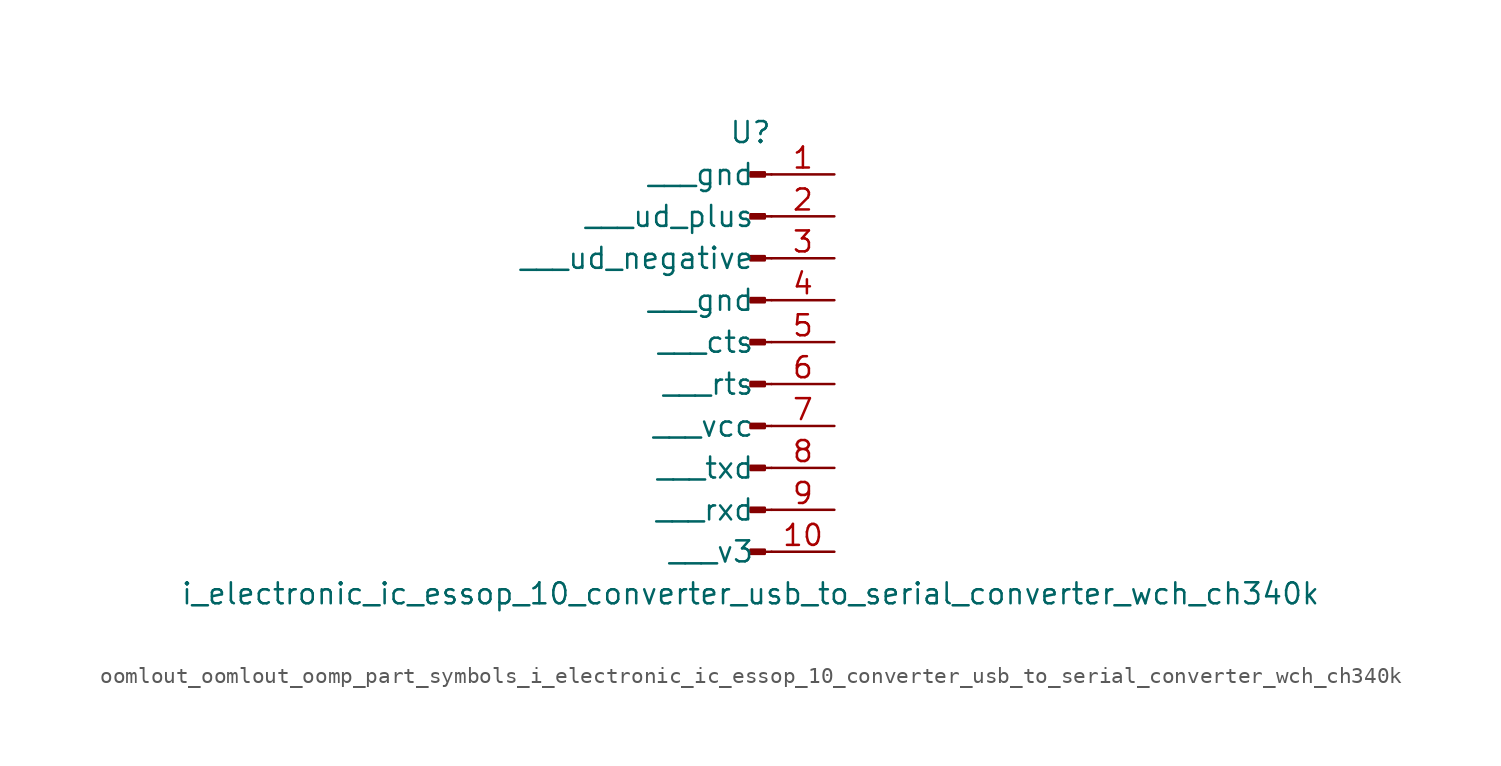
<source format=kicad_sym>
(kicad_symbol_lib
  (version 20220914)
  (generator kicad_symbol_editor)
  (symbol "oomlout_oomlout_oomp_part_symbols_i_electronic_ic_essop_10_converter_usb_to_serial_converter_wch_ch340k"
    (pin_names
      (offset 1.016))
    (property "Reference" "U"
      (at 0 12.7 0)
      (effects (font (size 1.27 1.27))))
    (property "Value" "i_electronic_ic_essop_10_converter_usb_to_serial_converter_wch_ch340k"
      (at 0 -15.24 0)
      (effects (font (size 1.27 1.27))))
    (property "ki_locked" ""
      (at 0 0 0)
      (effects (font (size 1.27 1.27))))
    (symbol "oomlout_oomlout_oomp_part_symbols_i_electronic_ic_essop_10_converter_usb_to_serial_converter_wch_ch340k_1_1"
      (polyline (pts (xy 1.27 -12.7) (xy 0.864 -12.7)) (stroke (width 0.152) (type default)) (fill (type none)))
      (polyline (pts (xy 1.27 -10.16) (xy 0.864 -10.16)) (stroke (width 0.152) (type default)) (fill (type none)))
      (polyline (pts (xy 1.27 -7.62) (xy 0.864 -7.62)) (stroke (width 0.152) (type default)) (fill (type none)))
      (polyline (pts (xy 1.27 -5.08) (xy 0.864 -5.08)) (stroke (width 0.152) (type default)) (fill (type none)))
      (polyline (pts (xy 1.27 -2.54) (xy 0.864 -2.54)) (stroke (width 0.152) (type default)) (fill (type none)))
      (polyline (pts (xy 1.27 0) (xy 0.864 0)) (stroke (width 0.152) (type default)) (fill (type none)))
      (polyline (pts (xy 1.27 2.54) (xy 0.864 2.54)) (stroke (width 0.152) (type default)) (fill (type none)))
      (polyline (pts (xy 1.27 5.08) (xy 0.864 5.08)) (stroke (width 0.152) (type default)) (fill (type none)))
      (polyline (pts (xy 1.27 7.62) (xy 0.864 7.62)) (stroke (width 0.152) (type default)) (fill (type none)))
      (polyline (pts (xy 1.27 10.16) (xy 0.864 10.16)) (stroke (width 0.152) (type default)) (fill (type none)))
      (rectangle (start 0.864 -12.573) (end 0 -12.827) (stroke (width 0.152) (type default)) (fill (type outline)))
      (rectangle (start 0.864 -10.033) (end 0 -10.287) (stroke (width 0.152) (type default)) (fill (type outline)))
      (rectangle (start 0.864 -7.493) (end 0 -7.747) (stroke (width 0.152) (type default)) (fill (type outline)))
      (rectangle (start 0.864 -4.953) (end 0 -5.207) (stroke (width 0.152) (type default)) (fill (type outline)))
      (rectangle (start 0.864 -2.413) (end 0 -2.667) (stroke (width 0.152) (type default)) (fill (type outline)))
      (rectangle (start 0.864 0.127) (end 0 -0.127) (stroke (width 0.152) (type default)) (fill (type outline)))
      (rectangle (start 0.864 2.667) (end 0 2.413) (stroke (width 0.152) (type default)) (fill (type outline)))
      (rectangle (start 0.864 5.207) (end 0 4.953) (stroke (width 0.152) (type default)) (fill (type outline)))
      (rectangle (start 0.864 7.747) (end 0 7.493) (stroke (width 0.152) (type default)) (fill (type outline)))
      (rectangle (start 0.864 10.287) (end 0 10.033) (stroke (width 0.152) (type default)) (fill (type outline)))
      (pin passive line (at 5.08 10.16 180) (length 3.81) (name "   gnd" (effects (font (size 1.27 1.27)))) (number "1" (effects (font (size 1.27 1.27)))))
      (pin passive line (at 5.08 -12.7 180) (length 3.81) (name "   v3" (effects (font (size 1.27 1.27)))) (number "10" (effects (font (size 1.27 1.27)))))
      (pin passive line (at 5.08 7.62 180) (length 3.81) (name "   ud_plus" (effects (font (size 1.27 1.27)))) (number "2" (effects (font (size 1.27 1.27)))))
      (pin passive line (at 5.08 5.08 180) (length 3.81) (name "   ud_negative" (effects (font (size 1.27 1.27)))) (number "3" (effects (font (size 1.27 1.27)))))
      (pin passive line (at 5.08 2.54 180) (length 3.81) (name "   gnd" (effects (font (size 1.27 1.27)))) (number "4" (effects (font (size 1.27 1.27)))))
      (pin passive line (at 5.08 0 180) (length 3.81) (name "   cts" (effects (font (size 1.27 1.27)))) (number "5" (effects (font (size 1.27 1.27)))))
      (pin passive line (at 5.08 -2.54 180) (length 3.81) (name "   rts" (effects (font (size 1.27 1.27)))) (number "6" (effects (font (size 1.27 1.27)))))
      (pin passive line (at 5.08 -5.08 180) (length 3.81) (name "   vcc" (effects (font (size 1.27 1.27)))) (number "7" (effects (font (size 1.27 1.27)))))
      (pin passive line (at 5.08 -7.62 180) (length 3.81) (name "   txd" (effects (font (size 1.27 1.27)))) (number "8" (effects (font (size 1.27 1.27)))))
      (pin passive line (at 5.08 -10.16 180) (length 3.81) (name "   rxd" (effects (font (size 1.27 1.27)))) (number "9" (effects (font (size 1.27 1.27))))))))
</source>
